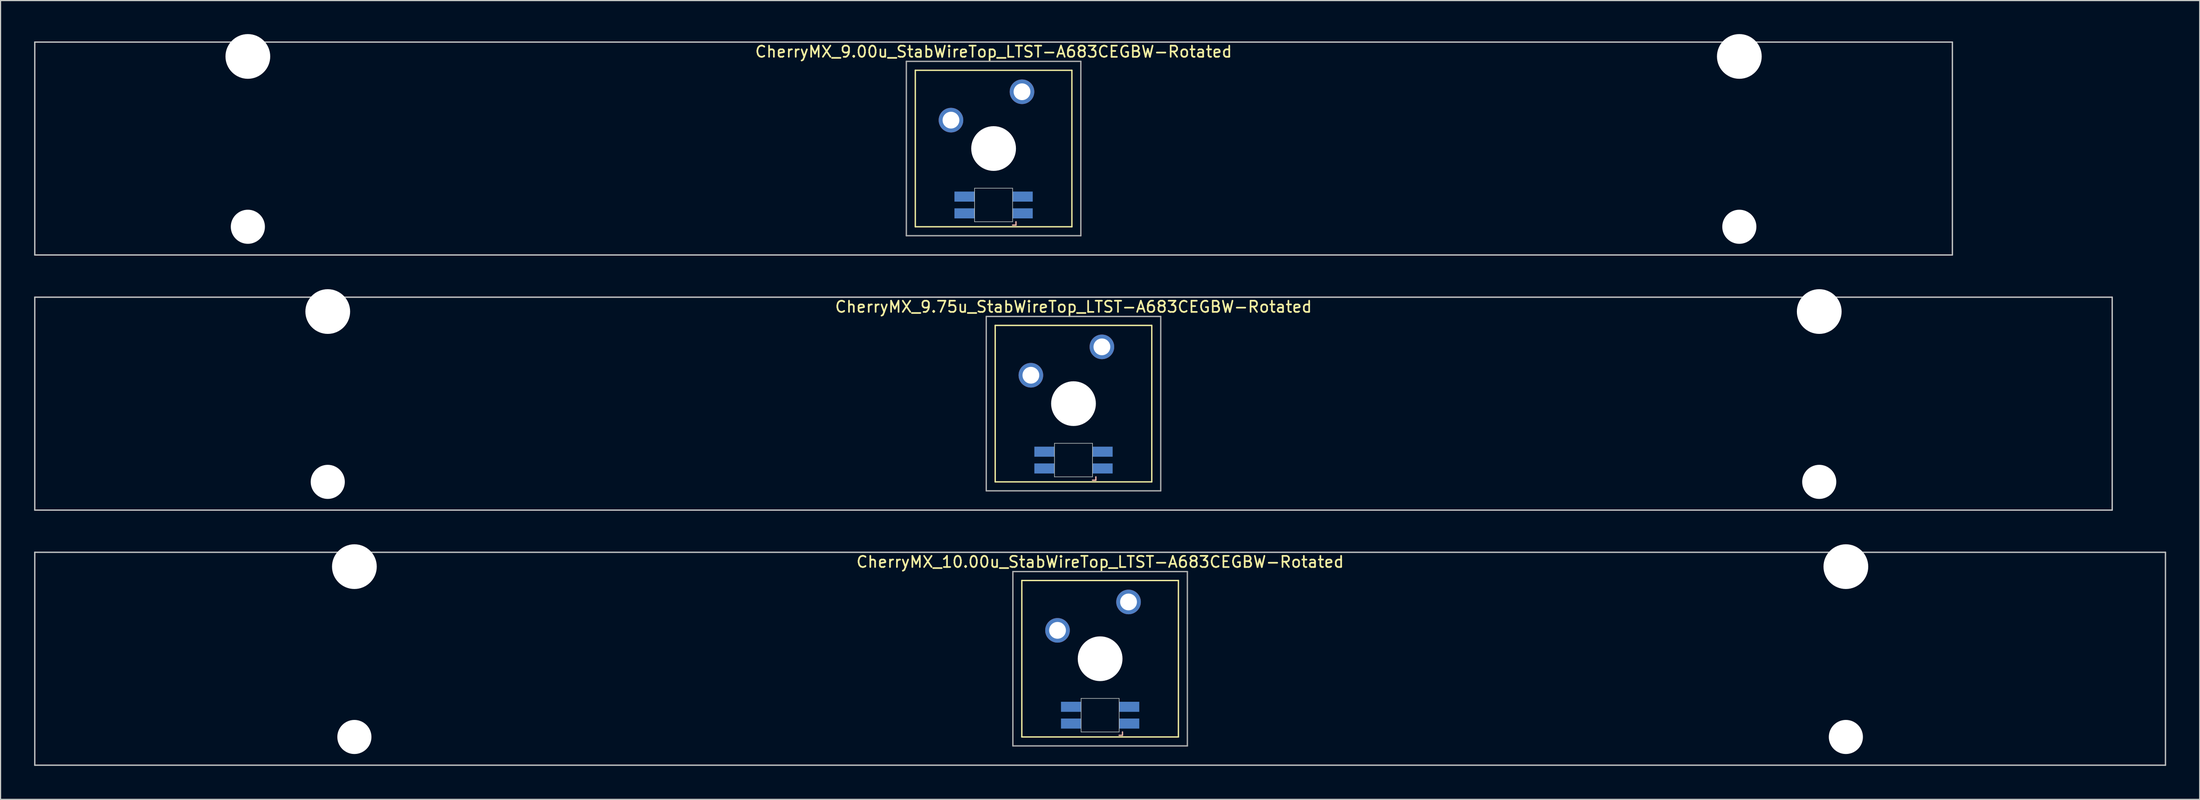
<source format=kicad_pcb>
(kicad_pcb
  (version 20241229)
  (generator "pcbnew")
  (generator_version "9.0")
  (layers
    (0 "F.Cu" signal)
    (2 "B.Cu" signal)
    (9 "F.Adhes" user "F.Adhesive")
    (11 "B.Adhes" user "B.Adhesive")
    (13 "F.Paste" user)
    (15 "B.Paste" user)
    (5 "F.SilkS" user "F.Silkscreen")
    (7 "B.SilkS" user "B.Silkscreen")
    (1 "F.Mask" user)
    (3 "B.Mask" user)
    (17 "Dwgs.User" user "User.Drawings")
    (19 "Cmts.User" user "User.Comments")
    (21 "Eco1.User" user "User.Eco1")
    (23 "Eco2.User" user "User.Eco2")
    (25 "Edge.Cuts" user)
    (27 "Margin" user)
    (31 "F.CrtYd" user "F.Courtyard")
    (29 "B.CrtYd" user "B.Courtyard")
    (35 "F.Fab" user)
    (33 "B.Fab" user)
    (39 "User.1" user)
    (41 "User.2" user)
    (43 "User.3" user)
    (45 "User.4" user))
  (footprint "CherryMX_9.00u_StabWireTop_LTST-A683CEGBW-Rotated"
    (layer "F.Cu")
    (at 85.785 10.24)
    (property "Reference" "CherryMX_9.00u_StabWireTop_LTST-A683CEGBW-Rotated" (at 0 -8.662 0) (layer "F.SilkS") (effects (font (size 1 1) (thickness 0.15))))
    (attr through_hole)
    (fp_line (start -7 -7) (end -7 7) (stroke (width 0.12) (type solid)) (layer "F.SilkS"))
    (fp_line (start -7 -7) (end 7 -7) (stroke (width 0.12) (type solid)) (layer "F.SilkS"))
    (fp_line (start 7 -7) (end 7 7) (stroke (width 0.12) (type solid)) (layer "F.SilkS"))
    (fp_line (start 7 7) (end -7 7) (stroke (width 0.12) (type solid)) (layer "F.SilkS"))
    (fp_line (start 1.7 6.85) (end 2 6.85) (stroke (width 0.12) (type solid)) (layer "B.SilkS"))
    (fp_line (start 2 6.85) (end 2 6.55) (stroke (width 0.12) (type solid)) (layer "B.SilkS"))
    (fp_line (start -85.725 -9.525) (end 85.725 -9.525) (stroke (width 0.12) (type solid)) (layer "Dwgs.User"))
    (fp_line (start -85.725 9.525) (end -85.725 -9.525) (stroke (width 0.12) (type solid)) (layer "Dwgs.User"))
    (fp_line (start 85.725 -9.525) (end 85.725 9.525) (stroke (width 0.12) (type solid)) (layer "Dwgs.User"))
    (fp_line (start 85.725 9.525) (end -85.725 9.525) (stroke (width 0.12) (type solid)) (layer "Dwgs.User"))
    (fp_line (start -1.7 3.55) (end 1.7 3.55) (stroke (width 0.05) (type solid)) (layer "Edge.Cuts"))
    (fp_line (start -1.7 6.55) (end -1.7 3.55) (stroke (width 0.05) (type solid)) (layer "Edge.Cuts"))
    (fp_line (start 1.7 3.55) (end 1.7 6.55) (stroke (width 0.05) (type solid)) (layer "Edge.Cuts"))
    (fp_line (start 1.7 6.55) (end -1.7 6.55) (stroke (width 0.05) (type solid)) (layer "Edge.Cuts"))
    (fp_line (start -7.8 -7.8) (end -7.8 7.8) (stroke (width 0.12) (type solid)) (layer "F.Fab"))
    (fp_line (start -7.8 -7.8) (end 7.8 -7.8) (stroke (width 0.12) (type solid)) (layer "F.Fab"))
    (fp_line (start -7.8 7.8) (end 7.8 7.8) (stroke (width 0.12) (type solid)) (layer "F.Fab"))
    (fp_line (start 7.8 -7.8) (end 7.8 7.8) (stroke (width 0.12) (type solid)) (layer "F.Fab"))
    (pad "" np_thru_hole circle (at -66.675 -8.24) (size 4 4) (drill 4) (layers "*.Cu" "*.Mask"))
    (pad "" np_thru_hole circle (at -66.675 7) (size 3.05 3.05) (drill 3.05) (layers "*.Cu" "*.Mask"))
    (pad "" np_thru_hole circle (at 0 0) (size 4 4) (drill 4) (layers "*.Cu" "*.Mask"))
    (pad "" np_thru_hole circle (at 66.675 -8.24) (size 4 4) (drill 4) (layers "*.Cu" "*.Mask"))
    (pad "" np_thru_hole circle (at 66.675 7) (size 3.05 3.05) (drill 3.05) (layers "*.Cu" "*.Mask"))
    (pad "1" thru_hole circle (at -3.81 -2.54) (size 2.2 2.2) (drill 1.5) (layers "*.Cu" "*.Mask"))
    (pad "2" thru_hole circle (at 2.54 -5.08) (size 2.2 2.2) (drill 1.5) (layers "*.Cu" "*.Mask"))
    (pad "3" smd rect (at 2.6 5.8) (size 1.8 0.9) (layers "B.Cu" "B.Mask" "B.Paste"))
    (pad "4" smd rect (at 2.6 4.3) (size 1.8 0.9) (layers "B.Cu" "B.Mask" "B.Paste"))
    (pad "5" smd rect (at -2.6 5.8) (size 1.8 0.9) (layers "B.Cu" "B.Mask" "B.Paste"))
    (pad "6" smd rect (at -2.6 4.3) (size 1.8 0.9) (layers "B.Cu" "B.Mask" "B.Paste")))
  (footprint "CherryMX_10.00u_StabWireTop_LTST-A683CEGBW-Rotated"
    (layer "F.Cu")
    (at 95.31 55.89)
    (property "Reference" "CherryMX_10.00u_StabWireTop_LTST-A683CEGBW-Rotated" (at 0 -8.662 0) (layer "F.SilkS") (effects (font (size 1 1) (thickness 0.15))))
    (attr through_hole)
    (fp_line (start -7 -7) (end -7 7) (stroke (width 0.12) (type solid)) (layer "F.SilkS"))
    (fp_line (start -7 -7) (end 7 -7) (stroke (width 0.12) (type solid)) (layer "F.SilkS"))
    (fp_line (start 7 -7) (end 7 7) (stroke (width 0.12) (type solid)) (layer "F.SilkS"))
    (fp_line (start 7 7) (end -7 7) (stroke (width 0.12) (type solid)) (layer "F.SilkS"))
    (fp_line (start 1.7 6.85) (end 2 6.85) (stroke (width 0.12) (type solid)) (layer "B.SilkS"))
    (fp_line (start 2 6.85) (end 2 6.55) (stroke (width 0.12) (type solid)) (layer "B.SilkS"))
    (fp_line (start -95.25 -9.525) (end 95.25 -9.525) (stroke (width 0.12) (type solid)) (layer "Dwgs.User"))
    (fp_line (start -95.25 9.525) (end -95.25 -9.525) (stroke (width 0.12) (type solid)) (layer "Dwgs.User"))
    (fp_line (start 95.25 -9.525) (end 95.25 9.525) (stroke (width 0.12) (type solid)) (layer "Dwgs.User"))
    (fp_line (start 95.25 9.525) (end -95.25 9.525) (stroke (width 0.12) (type solid)) (layer "Dwgs.User"))
    (fp_line (start -1.7 3.55) (end 1.7 3.55) (stroke (width 0.05) (type solid)) (layer "Edge.Cuts"))
    (fp_line (start -1.7 6.55) (end -1.7 3.55) (stroke (width 0.05) (type solid)) (layer "Edge.Cuts"))
    (fp_line (start 1.7 3.55) (end 1.7 6.55) (stroke (width 0.05) (type solid)) (layer "Edge.Cuts"))
    (fp_line (start 1.7 6.55) (end -1.7 6.55) (stroke (width 0.05) (type solid)) (layer "Edge.Cuts"))
    (fp_line (start -7.8 -7.8) (end -7.8 7.8) (stroke (width 0.12) (type solid)) (layer "F.Fab"))
    (fp_line (start -7.8 -7.8) (end 7.8 -7.8) (stroke (width 0.12) (type solid)) (layer "F.Fab"))
    (fp_line (start -7.8 7.8) (end 7.8 7.8) (stroke (width 0.12) (type solid)) (layer "F.Fab"))
    (fp_line (start 7.8 -7.8) (end 7.8 7.8) (stroke (width 0.12) (type solid)) (layer "F.Fab"))
    (pad "" np_thru_hole circle (at -66.675 -8.24) (size 4 4) (drill 4) (layers "*.Cu" "*.Mask"))
    (pad "" np_thru_hole circle (at -66.675 7) (size 3.05 3.05) (drill 3.05) (layers "*.Cu" "*.Mask"))
    (pad "" np_thru_hole circle (at 0 0) (size 4 4) (drill 4) (layers "*.Cu" "*.Mask"))
    (pad "" np_thru_hole circle (at 66.675 -8.24) (size 4 4) (drill 4) (layers "*.Cu" "*.Mask"))
    (pad "" np_thru_hole circle (at 66.675 7) (size 3.05 3.05) (drill 3.05) (layers "*.Cu" "*.Mask"))
    (pad "1" thru_hole circle (at -3.81 -2.54) (size 2.2 2.2) (drill 1.5) (layers "*.Cu" "*.Mask"))
    (pad "2" thru_hole circle (at 2.54 -5.08) (size 2.2 2.2) (drill 1.5) (layers "*.Cu" "*.Mask"))
    (pad "3" smd rect (at 2.6 5.8) (size 1.8 0.9) (layers "B.Cu" "B.Mask" "B.Paste"))
    (pad "4" smd rect (at 2.6 4.3) (size 1.8 0.9) (layers "B.Cu" "B.Mask" "B.Paste"))
    (pad "5" smd rect (at -2.6 5.8) (size 1.8 0.9) (layers "B.Cu" "B.Mask" "B.Paste"))
    (pad "6" smd rect (at -2.6 4.3) (size 1.8 0.9) (layers "B.Cu" "B.Mask" "B.Paste")))
  (footprint "CherryMX_9.75u_StabWireTop_LTST-A683CEGBW-Rotated"
    (layer "F.Cu")
    (at 92.929 33.065)
    (property "Reference" "CherryMX_9.75u_StabWireTop_LTST-A683CEGBW-Rotated" (at 0 -8.662 0) (layer "F.SilkS") (effects (font (size 1 1) (thickness 0.15))))
    (attr through_hole)
    (fp_line (start -7 -7) (end -7 7) (stroke (width 0.12) (type solid)) (layer "F.SilkS"))
    (fp_line (start -7 -7) (end 7 -7) (stroke (width 0.12) (type solid)) (layer "F.SilkS"))
    (fp_line (start 7 -7) (end 7 7) (stroke (width 0.12) (type solid)) (layer "F.SilkS"))
    (fp_line (start 7 7) (end -7 7) (stroke (width 0.12) (type solid)) (layer "F.SilkS"))
    (fp_line (start 1.7 6.85) (end 2 6.85) (stroke (width 0.12) (type solid)) (layer "B.SilkS"))
    (fp_line (start 2 6.85) (end 2 6.55) (stroke (width 0.12) (type solid)) (layer "B.SilkS"))
    (fp_line (start -92.869 -9.525) (end 92.869 -9.525) (stroke (width 0.12) (type solid)) (layer "Dwgs.User"))
    (fp_line (start -92.869 9.525) (end -92.869 -9.525) (stroke (width 0.12) (type solid)) (layer "Dwgs.User"))
    (fp_line (start 92.869 -9.525) (end 92.869 9.525) (stroke (width 0.12) (type solid)) (layer "Dwgs.User"))
    (fp_line (start 92.869 9.525) (end -92.869 9.525) (stroke (width 0.12) (type solid)) (layer "Dwgs.User"))
    (fp_line (start -1.7 3.55) (end 1.7 3.55) (stroke (width 0.05) (type solid)) (layer "Edge.Cuts"))
    (fp_line (start -1.7 6.55) (end -1.7 3.55) (stroke (width 0.05) (type solid)) (layer "Edge.Cuts"))
    (fp_line (start 1.7 3.55) (end 1.7 6.55) (stroke (width 0.05) (type solid)) (layer "Edge.Cuts"))
    (fp_line (start 1.7 6.55) (end -1.7 6.55) (stroke (width 0.05) (type solid)) (layer "Edge.Cuts"))
    (fp_line (start -7.8 -7.8) (end -7.8 7.8) (stroke (width 0.12) (type solid)) (layer "F.Fab"))
    (fp_line (start -7.8 -7.8) (end 7.8 -7.8) (stroke (width 0.12) (type solid)) (layer "F.Fab"))
    (fp_line (start -7.8 7.8) (end 7.8 7.8) (stroke (width 0.12) (type solid)) (layer "F.Fab"))
    (fp_line (start 7.8 -7.8) (end 7.8 7.8) (stroke (width 0.12) (type solid)) (layer "F.Fab"))
    (pad "" np_thru_hole circle (at -66.675 -8.24) (size 4 4) (drill 4) (layers "*.Cu" "*.Mask"))
    (pad "" np_thru_hole circle (at -66.675 7) (size 3.05 3.05) (drill 3.05) (layers "*.Cu" "*.Mask"))
    (pad "" np_thru_hole circle (at 0 0) (size 4 4) (drill 4) (layers "*.Cu" "*.Mask"))
    (pad "" np_thru_hole circle (at 66.675 -8.24) (size 4 4) (drill 4) (layers "*.Cu" "*.Mask"))
    (pad "" np_thru_hole circle (at 66.675 7) (size 3.05 3.05) (drill 3.05) (layers "*.Cu" "*.Mask"))
    (pad "1" thru_hole circle (at -3.81 -2.54) (size 2.2 2.2) (drill 1.5) (layers "*.Cu" "*.Mask"))
    (pad "2" thru_hole circle (at 2.54 -5.08) (size 2.2 2.2) (drill 1.5) (layers "*.Cu" "*.Mask"))
    (pad "3" smd rect (at 2.6 5.8) (size 1.8 0.9) (layers "B.Cu" "B.Mask" "B.Paste"))
    (pad "4" smd rect (at 2.6 4.3) (size 1.8 0.9) (layers "B.Cu" "B.Mask" "B.Paste"))
    (pad "5" smd rect (at -2.6 5.8) (size 1.8 0.9) (layers "B.Cu" "B.Mask" "B.Paste"))
    (pad "6" smd rect (at -2.6 4.3) (size 1.8 0.9) (layers "B.Cu" "B.Mask" "B.Paste")))
  (gr_rect
    (start -3 -3)
    (end 193.62 68.475)
    (stroke (width 0.1) (type default))
    (fill no)
    (layer "Edge.Cuts")))
</source>
